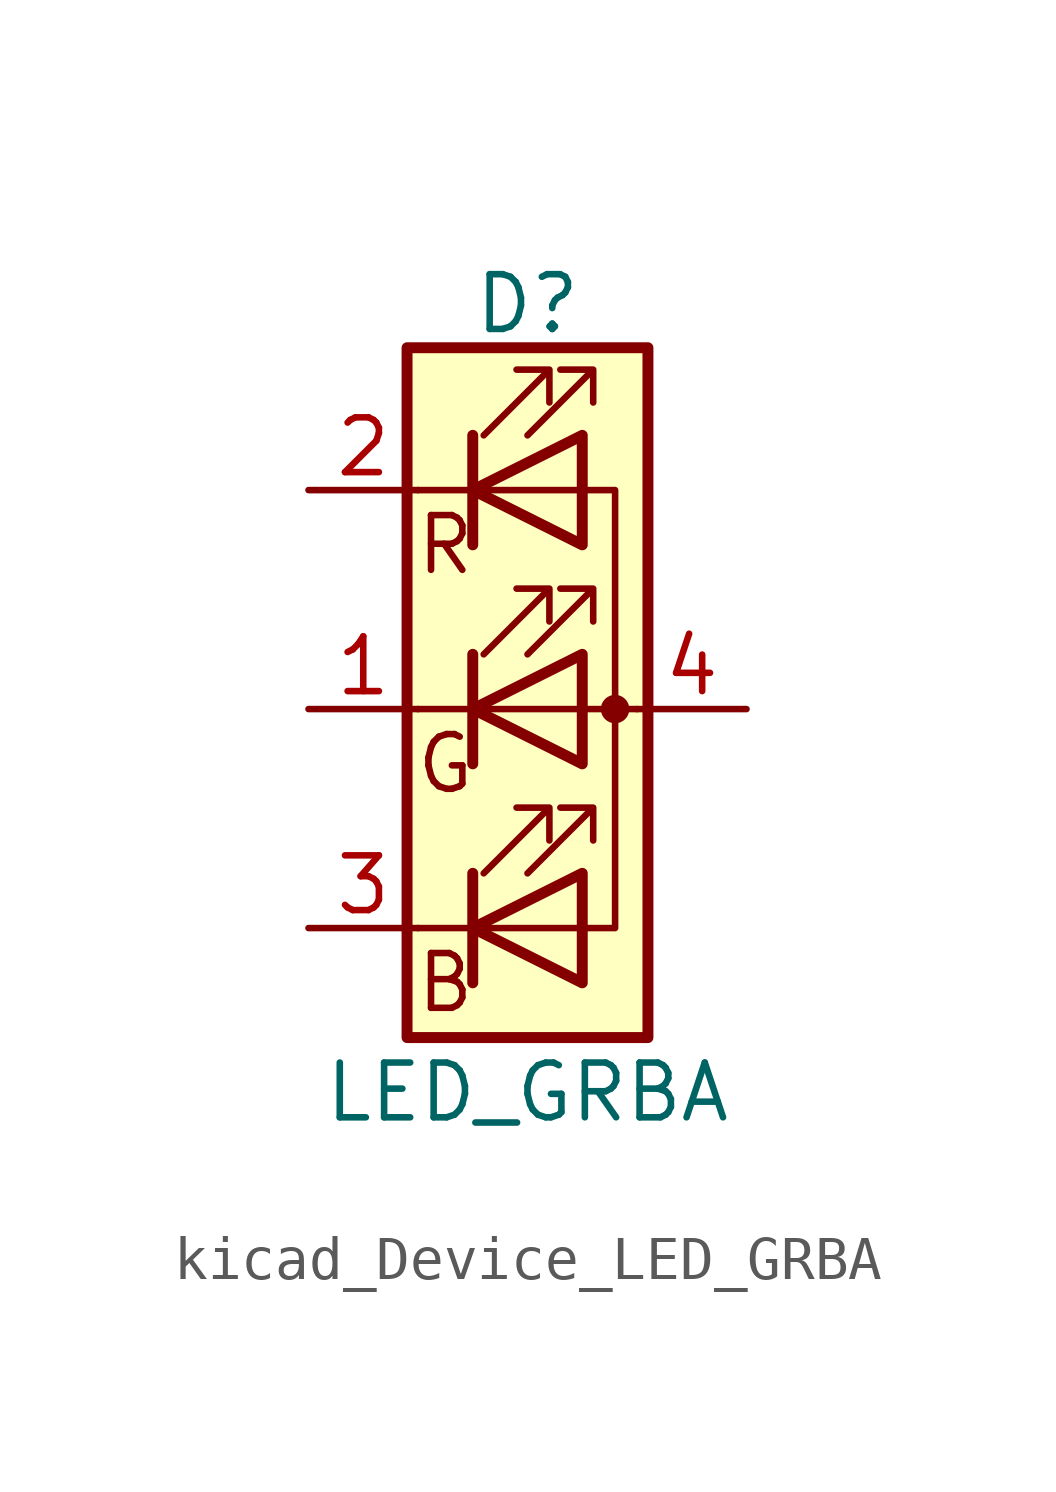
<source format=kicad_sym>
(kicad_symbol_lib
  (version 20220914)
  (generator kicad_symbol_editor)
  (symbol "kicad_Device_LED_GRBA"
    (pin_names
      (offset 0) hide)
    (property "Reference" "D"
      (at 0 9.398 0)
      (effects (font (size 1.27 1.27))))
    (property "Value" "LED_GRBA"
      (at 0 -8.89 0)
      (effects (font (size 1.27 1.27))))
    (symbol "kicad_Device_LED_GRBA_0_0"
      (text "B" (at -1.905 -6.35 0) (effects (font (size 1.27 1.27))))
      (text "G" (at -1.905 -1.27 0) (effects (font (size 1.27 1.27))))
      (text "R" (at -1.905 3.81 0) (effects (font (size 1.27 1.27)))))
    (symbol "kicad_Device_LED_GRBA_0_1"
      (polyline (pts (xy -1.27 -5.08) (xy -2.54 -5.08)) (stroke (width 0) (type default)) (fill (type none)))
      (polyline (pts (xy -1.27 -5.08) (xy 1.27 -5.08)) (stroke (width 0) (type default)) (fill (type none)))
      (polyline (pts (xy -1.27 -3.81) (xy -1.27 -6.35)) (stroke (width 0.254) (type default)) (fill (type none)))
      (polyline (pts (xy -1.27 0) (xy -2.54 0)) (stroke (width 0) (type default)) (fill (type none)))
      (polyline (pts (xy -1.27 1.27) (xy -1.27 -1.27)) (stroke (width 0.254) (type default)) (fill (type none)))
      (polyline (pts (xy -1.27 5.08) (xy -2.54 5.08)) (stroke (width 0) (type default)) (fill (type none)))
      (polyline (pts (xy -1.27 5.08) (xy 1.27 5.08)) (stroke (width 0) (type default)) (fill (type none)))
      (polyline (pts (xy -1.27 6.35) (xy -1.27 3.81)) (stroke (width 0.254) (type default)) (fill (type none)))
      (polyline (pts (xy 1.27 0) (xy -1.27 0)) (stroke (width 0) (type default)) (fill (type none)))
      (polyline (pts (xy 1.27 0) (xy 2.54 0)) (stroke (width 0) (type default)) (fill (type none)))
      (polyline (pts (xy -1.27 1.27) (xy -1.27 -1.27) (xy -1.27 -1.27)) (stroke (width 0) (type default)) (fill (type none)))
      (polyline (pts (xy -1.27 6.35) (xy -1.27 3.81) (xy -1.27 3.81)) (stroke (width 0) (type default)) (fill (type none)))
      (polyline (pts (xy 1.27 -5.08) (xy 2.032 -5.08) (xy 2.032 5.08) (xy 1.27 5.08)) (stroke (width 0) (type default)) (fill (type none)))
      (polyline (pts (xy 1.27 -3.81) (xy 1.27 -6.35) (xy -1.27 -5.08) (xy 1.27 -3.81)) (stroke (width 0.254) (type default)) (fill (type none)))
      (polyline (pts (xy 1.27 1.27) (xy 1.27 -1.27) (xy -1.27 0) (xy 1.27 1.27)) (stroke (width 0.254) (type default)) (fill (type none)))
      (polyline (pts (xy 1.27 6.35) (xy 1.27 3.81) (xy -1.27 5.08) (xy 1.27 6.35)) (stroke (width 0.254) (type default)) (fill (type none)))
      (polyline (pts (xy -1.016 -3.81) (xy 0.508 -2.286) (xy -0.254 -2.286) (xy 0.508 -2.286) (xy 0.508 -3.048)) (stroke (width 0) (type default)) (fill (type none)))
      (polyline (pts (xy -1.016 1.27) (xy 0.508 2.794) (xy -0.254 2.794) (xy 0.508 2.794) (xy 0.508 2.032)) (stroke (width 0) (type default)) (fill (type none)))
      (polyline (pts (xy -1.016 6.35) (xy 0.508 7.874) (xy -0.254 7.874) (xy 0.508 7.874) (xy 0.508 7.112)) (stroke (width 0) (type default)) (fill (type none)))
      (polyline (pts (xy 0 -3.81) (xy 1.524 -2.286) (xy 0.762 -2.286) (xy 1.524 -2.286) (xy 1.524 -3.048)) (stroke (width 0) (type default)) (fill (type none)))
      (polyline (pts (xy 0 1.27) (xy 1.524 2.794) (xy 0.762 2.794) (xy 1.524 2.794) (xy 1.524 2.032)) (stroke (width 0) (type default)) (fill (type none)))
      (polyline (pts (xy 0 6.35) (xy 1.524 7.874) (xy 0.762 7.874) (xy 1.524 7.874) (xy 1.524 7.112)) (stroke (width 0) (type default)) (fill (type none)))
      (rectangle (start 1.27 -1.27) (end 1.27 1.27) (stroke (width 0) (type default)) (fill (type none)))
      (rectangle (start 1.27 1.27) (end 1.27 1.27) (stroke (width 0) (type default)) (fill (type none)))
      (rectangle (start 1.27 3.81) (end 1.27 6.35) (stroke (width 0) (type default)) (fill (type none)))
      (rectangle (start 1.27 6.35) (end 1.27 6.35) (stroke (width 0) (type default)) (fill (type none)))
      (circle (center 2.032 0) (radius 0.254) (stroke (width 0) (type default)) (fill (type outline)))
      (rectangle (start 2.794 8.382) (end -2.794 -7.62) (stroke (width 0.254) (type default)) (fill (type background))))
    (symbol "kicad_Device_LED_GRBA_1_1"
      (pin passive line (at -5.08 0 0) (length 2.54) (name "GK" (effects (font (size 1.27 1.27)))) (number "1" (effects (font (size 1.27 1.27)))))
      (pin passive line (at -5.08 5.08 0) (length 2.54) (name "RK" (effects (font (size 1.27 1.27)))) (number "2" (effects (font (size 1.27 1.27)))))
      (pin passive line (at -5.08 -5.08 0) (length 2.54) (name "BK" (effects (font (size 1.27 1.27)))) (number "3" (effects (font (size 1.27 1.27)))))
      (pin passive line (at 5.08 0 180) (length 2.54) (name "A" (effects (font (size 1.27 1.27)))) (number "4" (effects (font (size 1.27 1.27))))))))
</source>
